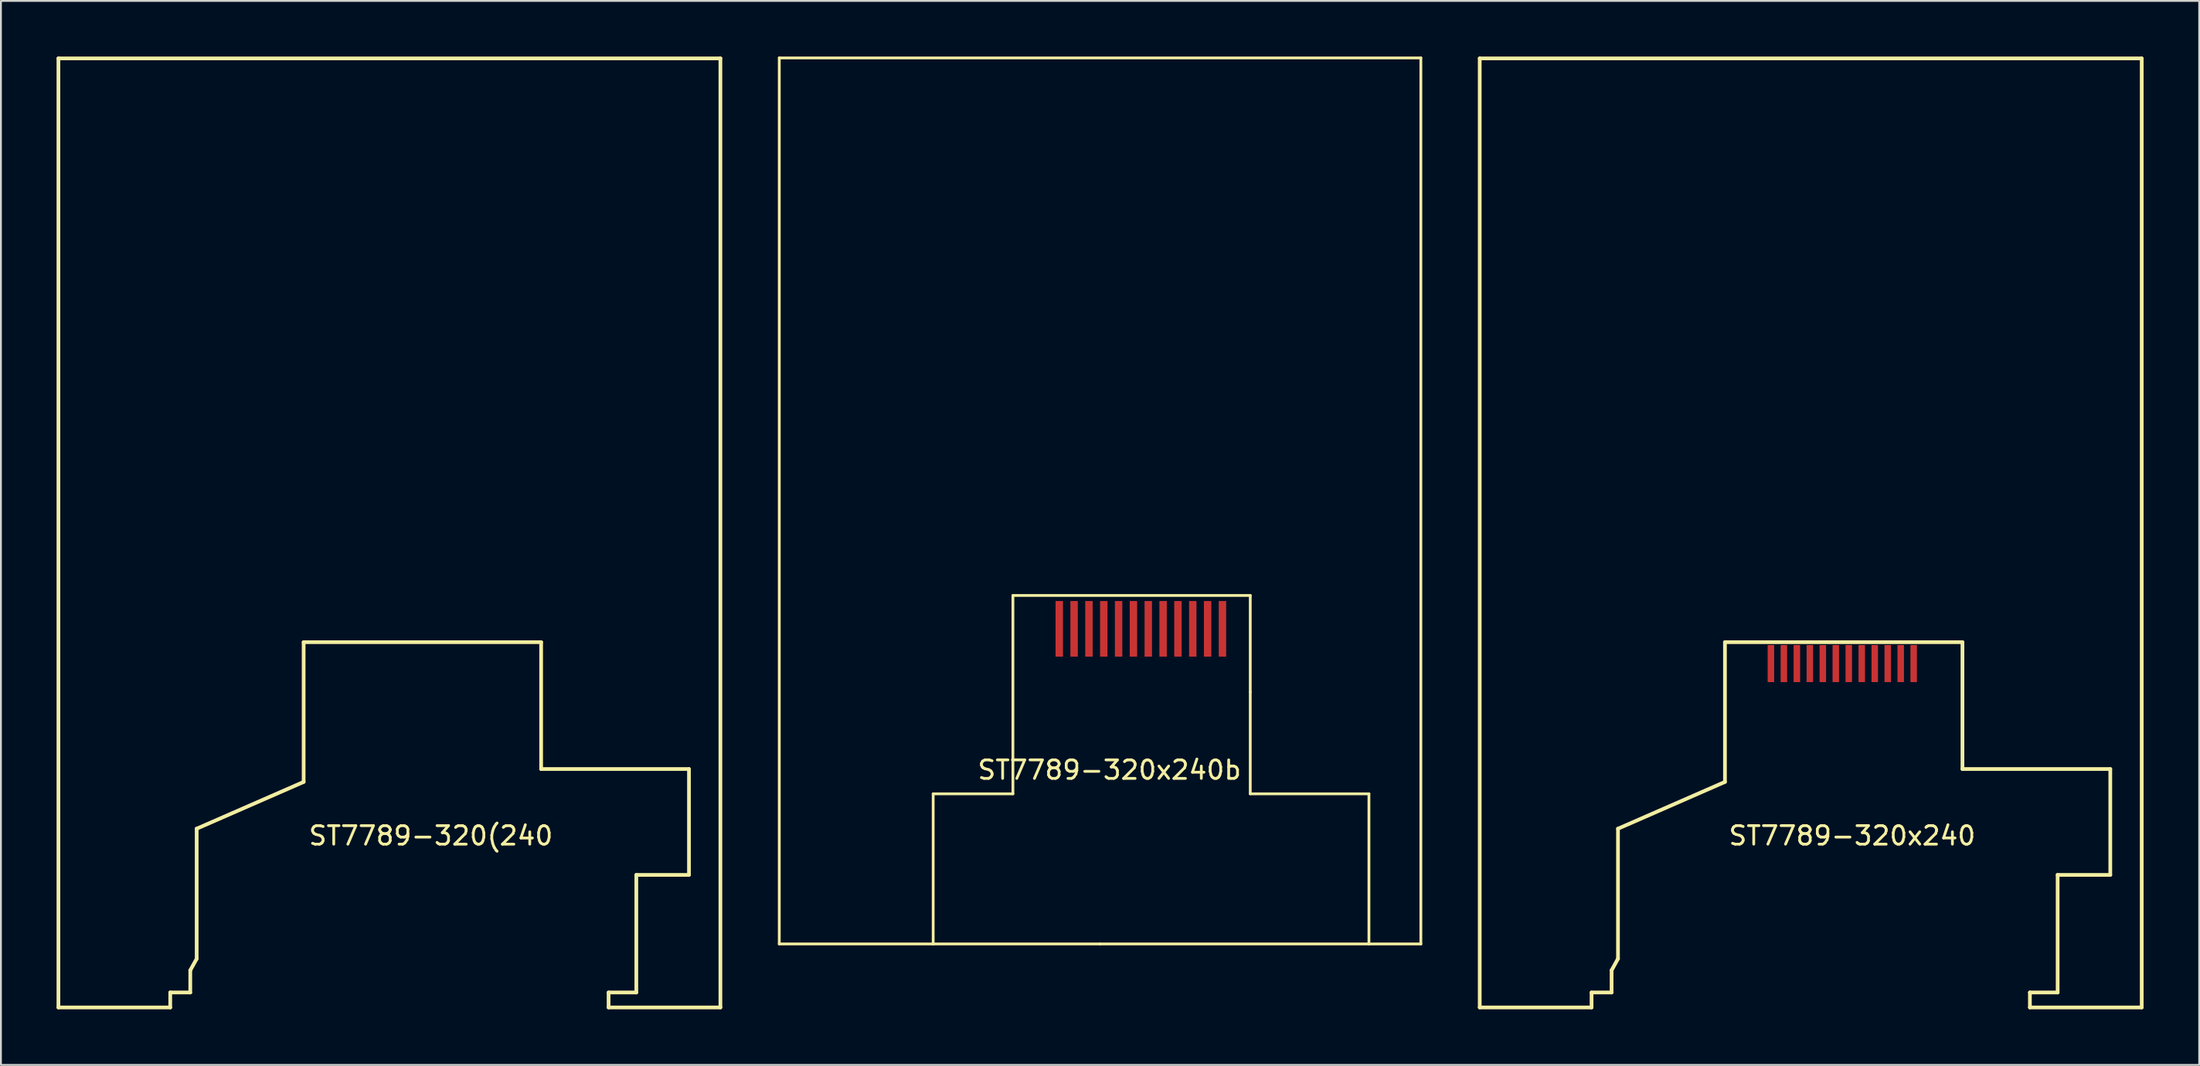
<source format=kicad_pcb>
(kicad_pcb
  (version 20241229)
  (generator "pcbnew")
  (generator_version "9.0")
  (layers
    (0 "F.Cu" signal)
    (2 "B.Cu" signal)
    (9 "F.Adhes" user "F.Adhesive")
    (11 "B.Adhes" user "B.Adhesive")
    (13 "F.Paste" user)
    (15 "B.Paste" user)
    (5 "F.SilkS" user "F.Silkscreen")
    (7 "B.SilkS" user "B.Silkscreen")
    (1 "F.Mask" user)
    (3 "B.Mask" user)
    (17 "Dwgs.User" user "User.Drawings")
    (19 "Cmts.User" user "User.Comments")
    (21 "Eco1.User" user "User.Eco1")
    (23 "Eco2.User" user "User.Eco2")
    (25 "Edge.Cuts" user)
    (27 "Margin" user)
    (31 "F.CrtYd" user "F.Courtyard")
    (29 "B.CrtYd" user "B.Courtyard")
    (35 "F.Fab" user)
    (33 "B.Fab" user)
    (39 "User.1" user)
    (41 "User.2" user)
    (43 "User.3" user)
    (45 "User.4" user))
  (footprint "ST7789-320x240b"
    (layer "F.Cu")
    (at 56.275 47.875)
    (property "Reference" "ST7789-320x240b" (at 0.508 -9.386 0) (layer "F.SilkS") (effects (font (size 1 1) (thickness 0.15))))
    (attr through_hole)
    (fp_line (start -17.3 0) (end -17.3 -47.8) (stroke (width 0.15) (type solid)) (layer "F.SilkS"))
    (fp_line (start -9 -8.1) (end -9 0) (stroke (width 0.15) (type solid)) (layer "F.SilkS"))
    (fp_line (start -4.7 -18.8) (end -4.7 -8.1) (stroke (width 0.15) (type solid)) (layer "F.SilkS"))
    (fp_line (start -4.7 -8.1) (end -9 -8.1) (stroke (width 0.15) (type solid)) (layer "F.SilkS"))
    (fp_line (start 0 0) (end -17.3 0) (stroke (width 0.15) (type solid)) (layer "F.SilkS"))
    (fp_line (start 0 0) (end 17.3 0) (stroke (width 0.15) (type solid)) (layer "F.SilkS"))
    (fp_line (start 8.1 -18.8) (end -4.7 -18.8) (stroke (width 0.15) (type solid)) (layer "F.SilkS"))
    (fp_line (start 8.1 -18.8) (end 8.1 -13.6) (stroke (width 0.15) (type solid)) (layer "F.SilkS"))
    (fp_line (start 8.1 -13.6) (end 8.1 -8.1) (stroke (width 0.15) (type solid)) (layer "F.SilkS"))
    (fp_line (start 8.1 -8.1) (end 14.5 -8.1) (stroke (width 0.15) (type solid)) (layer "F.SilkS"))
    (fp_line (start 14.5 -8.1) (end 14.5 0) (stroke (width 0.15) (type solid)) (layer "F.SilkS"))
    (fp_line (start 17.3 -47.8) (end -17.3 -47.8) (stroke (width 0.15) (type solid)) (layer "F.SilkS"))
    (fp_line (start 17.3 0) (end 17.3 -47.8) (stroke (width 0.15) (type solid)) (layer "F.SilkS"))
    (pad "1" smd rect (at 6.6 -17) (size 0.4 3) (layers "F.Cu" "F.Mask" "F.Paste"))
    (pad "2" smd rect (at 5.8 -17) (size 0.4 3) (layers "F.Cu" "F.Mask" "F.Paste"))
    (pad "3" smd rect (at 5 -17) (size 0.4 3) (layers "F.Cu" "F.Mask" "F.Paste"))
    (pad "4" smd rect (at 4.2 -17) (size 0.4 3) (layers "F.Cu" "F.Mask" "F.Paste"))
    (pad "5" smd rect (at 3.4 -17) (size 0.4 3) (layers "F.Cu" "F.Mask" "F.Paste"))
    (pad "6" smd rect (at 2.6 -17) (size 0.4 3) (layers "F.Cu" "F.Mask" "F.Paste"))
    (pad "7" smd rect (at 1.8 -17) (size 0.4 3) (layers "F.Cu" "F.Mask" "F.Paste"))
    (pad "8" smd rect (at 1 -17) (size 0.4 3) (layers "F.Cu" "F.Mask" "F.Paste"))
    (pad "9" smd rect (at 0.2 -17) (size 0.4 3) (layers "F.Cu" "F.Mask" "F.Paste"))
    (pad "10" smd rect (at -0.6 -17) (size 0.4 3) (layers "F.Cu" "F.Mask" "F.Paste"))
    (pad "11" smd rect (at -1.4 -17) (size 0.4 3) (layers "F.Cu" "F.Mask" "F.Paste"))
    (pad "12" smd rect (at -2.2 -17) (size 0.4 3) (layers "F.Cu" "F.Mask" "F.Paste")))
  (footprint "ST7789-320x240"
    (layer "F.Cu")
    (at 96.328 40.622)
    (property "Reference" "ST7789-320x240" (at 0.508 1.414 0) (layer "F.SilkS") (effects (font (size 1 1) (thickness 0.15))))
    (attr through_hole)
    (fp_line (start -19.578 -40.522) (end -19.578 10.678) (stroke (width 0.2) (type solid)) (layer "F.SilkS"))
    (fp_line (start -19.578 10.678) (end -13.547 10.678) (stroke (width 0.2) (type solid)) (layer "F.SilkS"))
    (fp_line (start -13.547 9.87) (end -13.547 10.678) (stroke (width 0.2) (type solid)) (layer "F.SilkS"))
    (fp_line (start -12.467 8.674) (end -12.122 8.051) (stroke (width 0.2) (type solid)) (layer "F.SilkS"))
    (fp_line (start -12.467 9.87) (end -13.547 9.87) (stroke (width 0.2) (type solid)) (layer "F.SilkS"))
    (fp_line (start -12.467 9.87) (end -12.467 8.674) (stroke (width 0.2) (type solid)) (layer "F.SilkS"))
    (fp_line (start -12.122 1.035) (end -6.353 -1.489) (stroke (width 0.2) (type solid)) (layer "F.SilkS"))
    (fp_line (start -12.122 8.051) (end -12.122 1.035) (stroke (width 0.2) (type solid)) (layer "F.SilkS"))
    (fp_line (start -6.353 -9.028) (end 6.455 -9.028) (stroke (width 0.2) (type solid)) (layer "F.SilkS"))
    (fp_line (start -6.353 -1.489) (end -6.353 -9.028) (stroke (width 0.2) (type solid)) (layer "F.SilkS"))
    (fp_line (start 6.455 -9.028) (end 6.455 -2.184) (stroke (width 0.2) (type solid)) (layer "F.SilkS"))
    (fp_line (start 6.455 -2.184) (end 14.427 -2.184) (stroke (width 0.2) (type solid)) (layer "F.SilkS"))
    (fp_line (start 10.092 10.678) (end 10.092 9.87) (stroke (width 0.2) (type solid)) (layer "F.SilkS"))
    (fp_line (start 10.092 10.678) (end 16.122 10.678) (stroke (width 0.2) (type solid)) (layer "F.SilkS"))
    (fp_line (start 11.588 3.526) (end 11.588 9.87) (stroke (width 0.2) (type solid)) (layer "F.SilkS"))
    (fp_line (start 11.588 9.87) (end 10.092 9.87) (stroke (width 0.2) (type solid)) (layer "F.SilkS"))
    (fp_line (start 14.427 -2.184) (end 14.427 3.526) (stroke (width 0.2) (type solid)) (layer "F.SilkS"))
    (fp_line (start 14.427 3.526) (end 11.588 3.526) (stroke (width 0.2) (type solid)) (layer "F.SilkS"))
    (fp_line (start 16.122 -40.522) (end -19.578 -40.522) (stroke (width 0.2) (type solid)) (layer "F.SilkS"))
    (fp_line (start 16.122 10.678) (end 16.122 -40.522) (stroke (width 0.2) (type solid)) (layer "F.SilkS"))
    (pad "1" smd rect (at 3.825 -7.874) (size 0.35 2) (layers "F.Cu" "F.Mask" "F.Paste"))
    (pad "2" smd rect (at 3.125 -7.874) (size 0.35 2) (layers "F.Cu" "F.Mask" "F.Paste"))
    (pad "3" smd rect (at 2.425 -7.874) (size 0.35 2) (layers "F.Cu" "F.Mask" "F.Paste"))
    (pad "4" smd rect (at 1.725 -7.874) (size 0.35 2) (layers "F.Cu" "F.Mask" "F.Paste"))
    (pad "5" smd rect (at 1.025 -7.874) (size 0.35 2) (layers "F.Cu" "F.Mask" "F.Paste"))
    (pad "6" smd rect (at 0.325 -7.874) (size 0.35 2) (layers "F.Cu" "F.Mask" "F.Paste"))
    (pad "7" smd rect (at -0.375 -7.874) (size 0.35 2) (layers "F.Cu" "F.Mask" "F.Paste"))
    (pad "8" smd rect (at -1.075 -7.874) (size 0.35 2) (layers "F.Cu" "F.Mask" "F.Paste"))
    (pad "9" smd rect (at -1.775 -7.874) (size 0.35 2) (layers "F.Cu" "F.Mask" "F.Paste"))
    (pad "10" smd rect (at -2.475 -7.874) (size 0.35 2) (layers "F.Cu" "F.Mask" "F.Paste"))
    (pad "11" smd rect (at -3.175 -7.874) (size 0.35 2) (layers "F.Cu" "F.Mask" "F.Paste"))
    (pad "12" smd rect (at -3.875 -7.874) (size 0.35 2) (layers "F.Cu" "F.Mask" "F.Paste")))
  (footprint "ST7789-320(240"
    (layer "F.Cu")
    (at 20.186 41.537)
    (property "Reference" "ST7789-320(240" (at 0 0.5 0) (layer "F.SilkS") (effects (font (size 1 1) (thickness 0.15))))
    (attr through_hole)
    (fp_line (start -20.086 -41.437) (end -20.086 9.763) (stroke (width 0.2) (type solid)) (layer "F.SilkS"))
    (fp_line (start -20.086 9.763) (end -14.055 9.763) (stroke (width 0.2) (type solid)) (layer "F.SilkS"))
    (fp_line (start -14.055 8.955) (end -14.055 9.763) (stroke (width 0.2) (type solid)) (layer "F.SilkS"))
    (fp_line (start -12.975 7.76) (end -12.63 7.137) (stroke (width 0.2) (type solid)) (layer "F.SilkS"))
    (fp_line (start -12.975 8.955) (end -14.055 8.955) (stroke (width 0.2) (type solid)) (layer "F.SilkS"))
    (fp_line (start -12.975 8.955) (end -12.975 7.76) (stroke (width 0.2) (type solid)) (layer "F.SilkS"))
    (fp_line (start -12.63 0.12) (end -6.861 -2.403) (stroke (width 0.2) (type solid)) (layer "F.SilkS"))
    (fp_line (start -12.63 7.137) (end -12.63 0.12) (stroke (width 0.2) (type solid)) (layer "F.SilkS"))
    (fp_line (start -6.861 -9.942) (end 5.947 -9.942) (stroke (width 0.2) (type solid)) (layer "F.SilkS"))
    (fp_line (start -6.861 -2.403) (end -6.861 -9.942) (stroke (width 0.2) (type solid)) (layer "F.SilkS"))
    (fp_line (start 5.947 -9.942) (end 5.947 -3.099) (stroke (width 0.2) (type solid)) (layer "F.SilkS"))
    (fp_line (start 5.947 -3.099) (end 13.919 -3.099) (stroke (width 0.2) (type solid)) (layer "F.SilkS"))
    (fp_line (start 9.584 9.763) (end 9.584 8.955) (stroke (width 0.2) (type solid)) (layer "F.SilkS"))
    (fp_line (start 9.584 9.763) (end 15.614 9.763) (stroke (width 0.2) (type solid)) (layer "F.SilkS"))
    (fp_line (start 11.08 2.611) (end 11.08 8.955) (stroke (width 0.2) (type solid)) (layer "F.SilkS"))
    (fp_line (start 11.08 8.955) (end 9.584 8.955) (stroke (width 0.2) (type solid)) (layer "F.SilkS"))
    (fp_line (start 13.919 -3.099) (end 13.919 2.611) (stroke (width 0.2) (type solid)) (layer "F.SilkS"))
    (fp_line (start 13.919 2.611) (end 11.08 2.611) (stroke (width 0.2) (type solid)) (layer "F.SilkS"))
    (fp_line (start 15.614 -41.437) (end -20.086 -41.437) (stroke (width 0.2) (type solid)) (layer "F.SilkS"))
    (fp_line (start 15.614 9.763) (end 15.614 -41.437) (stroke (width 0.2) (type solid)) (layer "F.SilkS")))
  (gr_rect
    (start -3 -3)
    (end 115.55 54.4)
    (stroke (width 0.1) (type default))
    (fill no)
    (layer "Edge.Cuts")))
</source>
